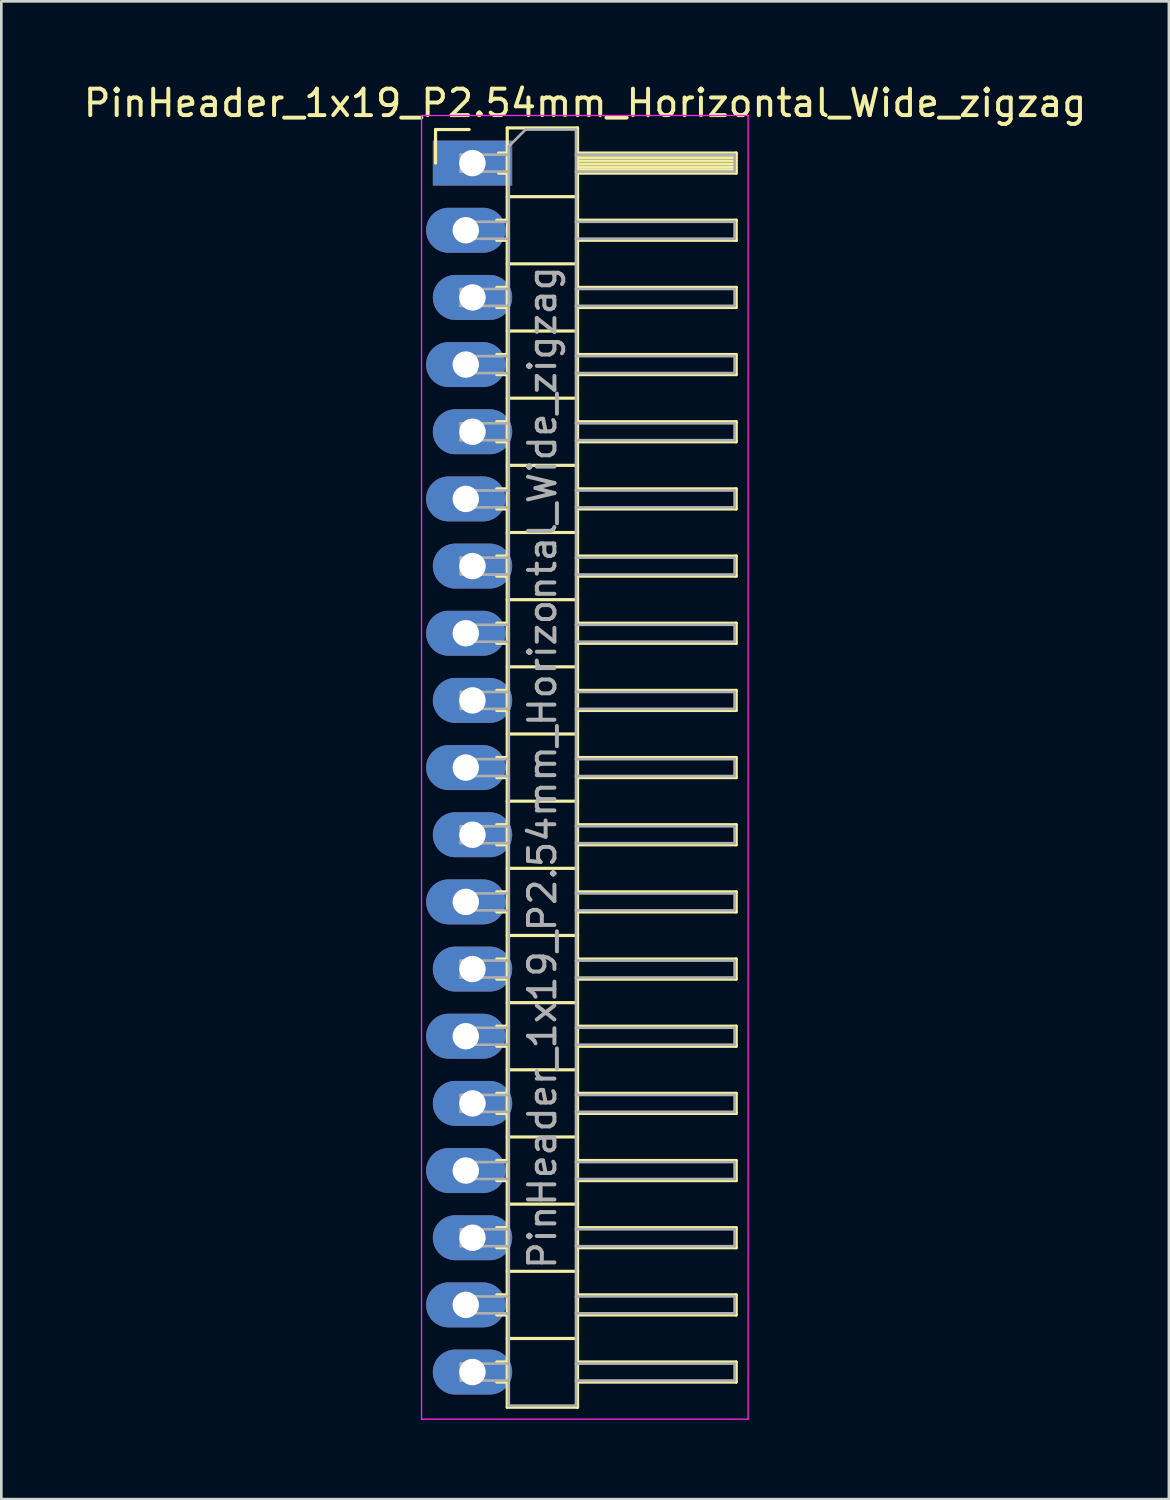
<source format=kicad_pcb>
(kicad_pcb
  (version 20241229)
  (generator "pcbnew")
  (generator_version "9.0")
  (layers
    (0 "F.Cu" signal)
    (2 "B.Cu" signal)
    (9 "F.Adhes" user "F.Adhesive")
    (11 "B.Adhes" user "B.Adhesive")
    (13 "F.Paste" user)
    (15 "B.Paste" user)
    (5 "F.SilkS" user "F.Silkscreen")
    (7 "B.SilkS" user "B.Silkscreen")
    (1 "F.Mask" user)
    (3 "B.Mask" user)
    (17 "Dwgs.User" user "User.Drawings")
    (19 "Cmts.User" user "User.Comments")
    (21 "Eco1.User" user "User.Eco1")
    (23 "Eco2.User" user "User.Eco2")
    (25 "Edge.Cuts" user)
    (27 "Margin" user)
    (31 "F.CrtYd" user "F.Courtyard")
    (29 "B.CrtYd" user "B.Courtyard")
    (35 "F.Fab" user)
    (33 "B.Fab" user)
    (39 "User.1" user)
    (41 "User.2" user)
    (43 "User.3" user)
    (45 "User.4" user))
  (footprint "PinHeader_1x19_P2.54mm_Horizontal_Wide_zigzag"
    (layer "F.Cu")
    (at 14.692 3.118)
    (property "Reference" "PinHeader_1x19_P2.54mm_Horizontal_Wide_zigzag" (at 4.385 -2.27 0) (layer "F.SilkS") (effects (font (size 1 1) (thickness 0.15))))
    (attr through_hole)
    (fp_line (start -1.27 -1.27) (end 0 -1.27) (stroke (width 0.12) (type solid)) (layer "F.SilkS"))
    (fp_line (start -1.27 0) (end -1.27 -1.27) (stroke (width 0.12) (type solid)) (layer "F.SilkS"))
    (fp_line (start 1.043 2.16) (end 1.44 2.16) (stroke (width 0.12) (type solid)) (layer "F.SilkS"))
    (fp_line (start 1.043 2.92) (end 1.44 2.92) (stroke (width 0.12) (type solid)) (layer "F.SilkS"))
    (fp_line (start 1.043 4.7) (end 1.44 4.7) (stroke (width 0.12) (type solid)) (layer "F.SilkS"))
    (fp_line (start 1.043 5.46) (end 1.44 5.46) (stroke (width 0.12) (type solid)) (layer "F.SilkS"))
    (fp_line (start 1.043 7.24) (end 1.44 7.24) (stroke (width 0.12) (type solid)) (layer "F.SilkS"))
    (fp_line (start 1.043 8) (end 1.44 8) (stroke (width 0.12) (type solid)) (layer "F.SilkS"))
    (fp_line (start 1.043 9.78) (end 1.44 9.78) (stroke (width 0.12) (type solid)) (layer "F.SilkS"))
    (fp_line (start 1.043 10.54) (end 1.44 10.54) (stroke (width 0.12) (type solid)) (layer "F.SilkS"))
    (fp_line (start 1.043 12.32) (end 1.44 12.32) (stroke (width 0.12) (type solid)) (layer "F.SilkS"))
    (fp_line (start 1.043 13.08) (end 1.44 13.08) (stroke (width 0.12) (type solid)) (layer "F.SilkS"))
    (fp_line (start 1.043 14.86) (end 1.44 14.86) (stroke (width 0.12) (type solid)) (layer "F.SilkS"))
    (fp_line (start 1.043 15.62) (end 1.44 15.62) (stroke (width 0.12) (type solid)) (layer "F.SilkS"))
    (fp_line (start 1.043 17.4) (end 1.44 17.4) (stroke (width 0.12) (type solid)) (layer "F.SilkS"))
    (fp_line (start 1.043 18.16) (end 1.44 18.16) (stroke (width 0.12) (type solid)) (layer "F.SilkS"))
    (fp_line (start 1.043 19.94) (end 1.44 19.94) (stroke (width 0.12) (type solid)) (layer "F.SilkS"))
    (fp_line (start 1.043 20.7) (end 1.44 20.7) (stroke (width 0.12) (type solid)) (layer "F.SilkS"))
    (fp_line (start 1.043 22.48) (end 1.44 22.48) (stroke (width 0.12) (type solid)) (layer "F.SilkS"))
    (fp_line (start 1.043 23.24) (end 1.44 23.24) (stroke (width 0.12) (type solid)) (layer "F.SilkS"))
    (fp_line (start 1.043 25.02) (end 1.44 25.02) (stroke (width 0.12) (type solid)) (layer "F.SilkS"))
    (fp_line (start 1.043 25.78) (end 1.44 25.78) (stroke (width 0.12) (type solid)) (layer "F.SilkS"))
    (fp_line (start 1.043 27.56) (end 1.44 27.56) (stroke (width 0.12) (type solid)) (layer "F.SilkS"))
    (fp_line (start 1.043 28.32) (end 1.44 28.32) (stroke (width 0.12) (type solid)) (layer "F.SilkS"))
    (fp_line (start 1.043 30.1) (end 1.44 30.1) (stroke (width 0.12) (type solid)) (layer "F.SilkS"))
    (fp_line (start 1.043 30.86) (end 1.44 30.86) (stroke (width 0.12) (type solid)) (layer "F.SilkS"))
    (fp_line (start 1.043 32.64) (end 1.44 32.64) (stroke (width 0.12) (type solid)) (layer "F.SilkS"))
    (fp_line (start 1.043 33.4) (end 1.44 33.4) (stroke (width 0.12) (type solid)) (layer "F.SilkS"))
    (fp_line (start 1.043 35.18) (end 1.44 35.18) (stroke (width 0.12) (type solid)) (layer "F.SilkS"))
    (fp_line (start 1.043 35.94) (end 1.44 35.94) (stroke (width 0.12) (type solid)) (layer "F.SilkS"))
    (fp_line (start 1.043 37.72) (end 1.44 37.72) (stroke (width 0.12) (type solid)) (layer "F.SilkS"))
    (fp_line (start 1.043 38.48) (end 1.44 38.48) (stroke (width 0.12) (type solid)) (layer "F.SilkS"))
    (fp_line (start 1.043 40.26) (end 1.44 40.26) (stroke (width 0.12) (type solid)) (layer "F.SilkS"))
    (fp_line (start 1.043 41.02) (end 1.44 41.02) (stroke (width 0.12) (type solid)) (layer "F.SilkS"))
    (fp_line (start 1.043 42.8) (end 1.44 42.8) (stroke (width 0.12) (type solid)) (layer "F.SilkS"))
    (fp_line (start 1.043 43.56) (end 1.44 43.56) (stroke (width 0.12) (type solid)) (layer "F.SilkS"))
    (fp_line (start 1.043 45.34) (end 1.44 45.34) (stroke (width 0.12) (type solid)) (layer "F.SilkS"))
    (fp_line (start 1.043 46.1) (end 1.44 46.1) (stroke (width 0.12) (type solid)) (layer "F.SilkS"))
    (fp_line (start 1.11 -0.38) (end 1.44 -0.38) (stroke (width 0.12) (type solid)) (layer "F.SilkS"))
    (fp_line (start 1.11 0.38) (end 1.44 0.38) (stroke (width 0.12) (type solid)) (layer "F.SilkS"))
    (fp_line (start 1.44 -1.33) (end 1.44 47.05) (stroke (width 0.12) (type solid)) (layer "F.SilkS"))
    (fp_line (start 1.44 1.27) (end 4.1 1.27) (stroke (width 0.12) (type solid)) (layer "F.SilkS"))
    (fp_line (start 1.44 3.81) (end 4.1 3.81) (stroke (width 0.12) (type solid)) (layer "F.SilkS"))
    (fp_line (start 1.44 6.35) (end 4.1 6.35) (stroke (width 0.12) (type solid)) (layer "F.SilkS"))
    (fp_line (start 1.44 8.89) (end 4.1 8.89) (stroke (width 0.12) (type solid)) (layer "F.SilkS"))
    (fp_line (start 1.44 11.43) (end 4.1 11.43) (stroke (width 0.12) (type solid)) (layer "F.SilkS"))
    (fp_line (start 1.44 13.97) (end 4.1 13.97) (stroke (width 0.12) (type solid)) (layer "F.SilkS"))
    (fp_line (start 1.44 16.51) (end 4.1 16.51) (stroke (width 0.12) (type solid)) (layer "F.SilkS"))
    (fp_line (start 1.44 19.05) (end 4.1 19.05) (stroke (width 0.12) (type solid)) (layer "F.SilkS"))
    (fp_line (start 1.44 21.59) (end 4.1 21.59) (stroke (width 0.12) (type solid)) (layer "F.SilkS"))
    (fp_line (start 1.44 24.13) (end 4.1 24.13) (stroke (width 0.12) (type solid)) (layer "F.SilkS"))
    (fp_line (start 1.44 26.67) (end 4.1 26.67) (stroke (width 0.12) (type solid)) (layer "F.SilkS"))
    (fp_line (start 1.44 29.21) (end 4.1 29.21) (stroke (width 0.12) (type solid)) (layer "F.SilkS"))
    (fp_line (start 1.44 31.75) (end 4.1 31.75) (stroke (width 0.12) (type solid)) (layer "F.SilkS"))
    (fp_line (start 1.44 34.29) (end 4.1 34.29) (stroke (width 0.12) (type solid)) (layer "F.SilkS"))
    (fp_line (start 1.44 36.83) (end 4.1 36.83) (stroke (width 0.12) (type solid)) (layer "F.SilkS"))
    (fp_line (start 1.44 39.37) (end 4.1 39.37) (stroke (width 0.12) (type solid)) (layer "F.SilkS"))
    (fp_line (start 1.44 41.91) (end 4.1 41.91) (stroke (width 0.12) (type solid)) (layer "F.SilkS"))
    (fp_line (start 1.44 44.45) (end 4.1 44.45) (stroke (width 0.12) (type solid)) (layer "F.SilkS"))
    (fp_line (start 1.44 47.05) (end 4.1 47.05) (stroke (width 0.12) (type solid)) (layer "F.SilkS"))
    (fp_line (start 4.1 -1.33) (end 1.44 -1.33) (stroke (width 0.12) (type solid)) (layer "F.SilkS"))
    (fp_line (start 4.1 -0.38) (end 10.1 -0.38) (stroke (width 0.12) (type solid)) (layer "F.SilkS"))
    (fp_line (start 4.1 -0.32) (end 10.1 -0.32) (stroke (width 0.12) (type solid)) (layer "F.SilkS"))
    (fp_line (start 4.1 -0.2) (end 10.1 -0.2) (stroke (width 0.12) (type solid)) (layer "F.SilkS"))
    (fp_line (start 4.1 -0.08) (end 10.1 -0.08) (stroke (width 0.12) (type solid)) (layer "F.SilkS"))
    (fp_line (start 4.1 0.04) (end 10.1 0.04) (stroke (width 0.12) (type solid)) (layer "F.SilkS"))
    (fp_line (start 4.1 0.16) (end 10.1 0.16) (stroke (width 0.12) (type solid)) (layer "F.SilkS"))
    (fp_line (start 4.1 0.28) (end 10.1 0.28) (stroke (width 0.12) (type solid)) (layer "F.SilkS"))
    (fp_line (start 4.1 2.16) (end 10.1 2.16) (stroke (width 0.12) (type solid)) (layer "F.SilkS"))
    (fp_line (start 4.1 4.7) (end 10.1 4.7) (stroke (width 0.12) (type solid)) (layer "F.SilkS"))
    (fp_line (start 4.1 7.24) (end 10.1 7.24) (stroke (width 0.12) (type solid)) (layer "F.SilkS"))
    (fp_line (start 4.1 9.78) (end 10.1 9.78) (stroke (width 0.12) (type solid)) (layer "F.SilkS"))
    (fp_line (start 4.1 12.32) (end 10.1 12.32) (stroke (width 0.12) (type solid)) (layer "F.SilkS"))
    (fp_line (start 4.1 14.86) (end 10.1 14.86) (stroke (width 0.12) (type solid)) (layer "F.SilkS"))
    (fp_line (start 4.1 17.4) (end 10.1 17.4) (stroke (width 0.12) (type solid)) (layer "F.SilkS"))
    (fp_line (start 4.1 19.94) (end 10.1 19.94) (stroke (width 0.12) (type solid)) (layer "F.SilkS"))
    (fp_line (start 4.1 22.48) (end 10.1 22.48) (stroke (width 0.12) (type solid)) (layer "F.SilkS"))
    (fp_line (start 4.1 25.02) (end 10.1 25.02) (stroke (width 0.12) (type solid)) (layer "F.SilkS"))
    (fp_line (start 4.1 27.56) (end 10.1 27.56) (stroke (width 0.12) (type solid)) (layer "F.SilkS"))
    (fp_line (start 4.1 30.1) (end 10.1 30.1) (stroke (width 0.12) (type solid)) (layer "F.SilkS"))
    (fp_line (start 4.1 32.64) (end 10.1 32.64) (stroke (width 0.12) (type solid)) (layer "F.SilkS"))
    (fp_line (start 4.1 35.18) (end 10.1 35.18) (stroke (width 0.12) (type solid)) (layer "F.SilkS"))
    (fp_line (start 4.1 37.72) (end 10.1 37.72) (stroke (width 0.12) (type solid)) (layer "F.SilkS"))
    (fp_line (start 4.1 40.26) (end 10.1 40.26) (stroke (width 0.12) (type solid)) (layer "F.SilkS"))
    (fp_line (start 4.1 42.8) (end 10.1 42.8) (stroke (width 0.12) (type solid)) (layer "F.SilkS"))
    (fp_line (start 4.1 45.34) (end 10.1 45.34) (stroke (width 0.12) (type solid)) (layer "F.SilkS"))
    (fp_line (start 4.1 47.05) (end 4.1 -1.33) (stroke (width 0.12) (type solid)) (layer "F.SilkS"))
    (fp_line (start 10.1 -0.38) (end 10.1 0.38) (stroke (width 0.12) (type solid)) (layer "F.SilkS"))
    (fp_line (start 10.1 0.38) (end 4.1 0.38) (stroke (width 0.12) (type solid)) (layer "F.SilkS"))
    (fp_line (start 10.1 2.16) (end 10.1 2.92) (stroke (width 0.12) (type solid)) (layer "F.SilkS"))
    (fp_line (start 10.1 2.92) (end 4.1 2.92) (stroke (width 0.12) (type solid)) (layer "F.SilkS"))
    (fp_line (start 10.1 4.7) (end 10.1 5.46) (stroke (width 0.12) (type solid)) (layer "F.SilkS"))
    (fp_line (start 10.1 5.46) (end 4.1 5.46) (stroke (width 0.12) (type solid)) (layer "F.SilkS"))
    (fp_line (start 10.1 7.24) (end 10.1 8) (stroke (width 0.12) (type solid)) (layer "F.SilkS"))
    (fp_line (start 10.1 8) (end 4.1 8) (stroke (width 0.12) (type solid)) (layer "F.SilkS"))
    (fp_line (start 10.1 9.78) (end 10.1 10.54) (stroke (width 0.12) (type solid)) (layer "F.SilkS"))
    (fp_line (start 10.1 10.54) (end 4.1 10.54) (stroke (width 0.12) (type solid)) (layer "F.SilkS"))
    (fp_line (start 10.1 12.32) (end 10.1 13.08) (stroke (width 0.12) (type solid)) (layer "F.SilkS"))
    (fp_line (start 10.1 13.08) (end 4.1 13.08) (stroke (width 0.12) (type solid)) (layer "F.SilkS"))
    (fp_line (start 10.1 14.86) (end 10.1 15.62) (stroke (width 0.12) (type solid)) (layer "F.SilkS"))
    (fp_line (start 10.1 15.62) (end 4.1 15.62) (stroke (width 0.12) (type solid)) (layer "F.SilkS"))
    (fp_line (start 10.1 17.4) (end 10.1 18.16) (stroke (width 0.12) (type solid)) (layer "F.SilkS"))
    (fp_line (start 10.1 18.16) (end 4.1 18.16) (stroke (width 0.12) (type solid)) (layer "F.SilkS"))
    (fp_line (start 10.1 19.94) (end 10.1 20.7) (stroke (width 0.12) (type solid)) (layer "F.SilkS"))
    (fp_line (start 10.1 20.7) (end 4.1 20.7) (stroke (width 0.12) (type solid)) (layer "F.SilkS"))
    (fp_line (start 10.1 22.48) (end 10.1 23.24) (stroke (width 0.12) (type solid)) (layer "F.SilkS"))
    (fp_line (start 10.1 23.24) (end 4.1 23.24) (stroke (width 0.12) (type solid)) (layer "F.SilkS"))
    (fp_line (start 10.1 25.02) (end 10.1 25.78) (stroke (width 0.12) (type solid)) (layer "F.SilkS"))
    (fp_line (start 10.1 25.78) (end 4.1 25.78) (stroke (width 0.12) (type solid)) (layer "F.SilkS"))
    (fp_line (start 10.1 27.56) (end 10.1 28.32) (stroke (width 0.12) (type solid)) (layer "F.SilkS"))
    (fp_line (start 10.1 28.32) (end 4.1 28.32) (stroke (width 0.12) (type solid)) (layer "F.SilkS"))
    (fp_line (start 10.1 30.1) (end 10.1 30.86) (stroke (width 0.12) (type solid)) (layer "F.SilkS"))
    (fp_line (start 10.1 30.86) (end 4.1 30.86) (stroke (width 0.12) (type solid)) (layer "F.SilkS"))
    (fp_line (start 10.1 32.64) (end 10.1 33.4) (stroke (width 0.12) (type solid)) (layer "F.SilkS"))
    (fp_line (start 10.1 33.4) (end 4.1 33.4) (stroke (width 0.12) (type solid)) (layer "F.SilkS"))
    (fp_line (start 10.1 35.18) (end 10.1 35.94) (stroke (width 0.12) (type solid)) (layer "F.SilkS"))
    (fp_line (start 10.1 35.94) (end 4.1 35.94) (stroke (width 0.12) (type solid)) (layer "F.SilkS"))
    (fp_line (start 10.1 37.72) (end 10.1 38.48) (stroke (width 0.12) (type solid)) (layer "F.SilkS"))
    (fp_line (start 10.1 38.48) (end 4.1 38.48) (stroke (width 0.12) (type solid)) (layer "F.SilkS"))
    (fp_line (start 10.1 40.26) (end 10.1 41.02) (stroke (width 0.12) (type solid)) (layer "F.SilkS"))
    (fp_line (start 10.1 41.02) (end 4.1 41.02) (stroke (width 0.12) (type solid)) (layer "F.SilkS"))
    (fp_line (start 10.1 42.8) (end 10.1 43.56) (stroke (width 0.12) (type solid)) (layer "F.SilkS"))
    (fp_line (start 10.1 43.56) (end 4.1 43.56) (stroke (width 0.12) (type solid)) (layer "F.SilkS"))
    (fp_line (start 10.1 45.34) (end 10.1 46.1) (stroke (width 0.12) (type solid)) (layer "F.SilkS"))
    (fp_line (start 10.1 46.1) (end 4.1 46.1) (stroke (width 0.12) (type solid)) (layer "F.SilkS"))
    (fp_line (start -1.8 -1.8) (end -1.8 47.5) (stroke (width 0.05) (type solid)) (layer "F.CrtYd"))
    (fp_line (start -1.8 47.5) (end 10.55 47.5) (stroke (width 0.05) (type solid)) (layer "F.CrtYd"))
    (fp_line (start 10.55 -1.8) (end -1.8 -1.8) (stroke (width 0.05) (type solid)) (layer "F.CrtYd"))
    (fp_line (start 10.55 47.5) (end 10.55 -1.8) (stroke (width 0.05) (type solid)) (layer "F.CrtYd"))
    (fp_line (start -0.32 -0.32) (end -0.32 0.32) (stroke (width 0.1) (type solid)) (layer "F.Fab"))
    (fp_line (start -0.32 -0.32) (end 1.5 -0.32) (stroke (width 0.1) (type solid)) (layer "F.Fab"))
    (fp_line (start -0.32 0.32) (end 1.5 0.32) (stroke (width 0.1) (type solid)) (layer "F.Fab"))
    (fp_line (start -0.32 2.22) (end -0.32 2.86) (stroke (width 0.1) (type solid)) (layer "F.Fab"))
    (fp_line (start -0.32 2.22) (end 1.5 2.22) (stroke (width 0.1) (type solid)) (layer "F.Fab"))
    (fp_line (start -0.32 2.86) (end 1.5 2.86) (stroke (width 0.1) (type solid)) (layer "F.Fab"))
    (fp_line (start -0.32 4.76) (end -0.32 5.4) (stroke (width 0.1) (type solid)) (layer "F.Fab"))
    (fp_line (start -0.32 4.76) (end 1.5 4.76) (stroke (width 0.1) (type solid)) (layer "F.Fab"))
    (fp_line (start -0.32 5.4) (end 1.5 5.4) (stroke (width 0.1) (type solid)) (layer "F.Fab"))
    (fp_line (start -0.32 7.3) (end -0.32 7.94) (stroke (width 0.1) (type solid)) (layer "F.Fab"))
    (fp_line (start -0.32 7.3) (end 1.5 7.3) (stroke (width 0.1) (type solid)) (layer "F.Fab"))
    (fp_line (start -0.32 7.94) (end 1.5 7.94) (stroke (width 0.1) (type solid)) (layer "F.Fab"))
    (fp_line (start -0.32 9.84) (end -0.32 10.48) (stroke (width 0.1) (type solid)) (layer "F.Fab"))
    (fp_line (start -0.32 9.84) (end 1.5 9.84) (stroke (width 0.1) (type solid)) (layer "F.Fab"))
    (fp_line (start -0.32 10.48) (end 1.5 10.48) (stroke (width 0.1) (type solid)) (layer "F.Fab"))
    (fp_line (start -0.32 12.38) (end -0.32 13.02) (stroke (width 0.1) (type solid)) (layer "F.Fab"))
    (fp_line (start -0.32 12.38) (end 1.5 12.38) (stroke (width 0.1) (type solid)) (layer "F.Fab"))
    (fp_line (start -0.32 13.02) (end 1.5 13.02) (stroke (width 0.1) (type solid)) (layer "F.Fab"))
    (fp_line (start -0.32 14.92) (end -0.32 15.56) (stroke (width 0.1) (type solid)) (layer "F.Fab"))
    (fp_line (start -0.32 14.92) (end 1.5 14.92) (stroke (width 0.1) (type solid)) (layer "F.Fab"))
    (fp_line (start -0.32 15.56) (end 1.5 15.56) (stroke (width 0.1) (type solid)) (layer "F.Fab"))
    (fp_line (start -0.32 17.46) (end -0.32 18.1) (stroke (width 0.1) (type solid)) (layer "F.Fab"))
    (fp_line (start -0.32 17.46) (end 1.5 17.46) (stroke (width 0.1) (type solid)) (layer "F.Fab"))
    (fp_line (start -0.32 18.1) (end 1.5 18.1) (stroke (width 0.1) (type solid)) (layer "F.Fab"))
    (fp_line (start -0.32 20) (end -0.32 20.64) (stroke (width 0.1) (type solid)) (layer "F.Fab"))
    (fp_line (start -0.32 20) (end 1.5 20) (stroke (width 0.1) (type solid)) (layer "F.Fab"))
    (fp_line (start -0.32 20.64) (end 1.5 20.64) (stroke (width 0.1) (type solid)) (layer "F.Fab"))
    (fp_line (start -0.32 22.54) (end -0.32 23.18) (stroke (width 0.1) (type solid)) (layer "F.Fab"))
    (fp_line (start -0.32 22.54) (end 1.5 22.54) (stroke (width 0.1) (type solid)) (layer "F.Fab"))
    (fp_line (start -0.32 23.18) (end 1.5 23.18) (stroke (width 0.1) (type solid)) (layer "F.Fab"))
    (fp_line (start -0.32 25.08) (end -0.32 25.72) (stroke (width 0.1) (type solid)) (layer "F.Fab"))
    (fp_line (start -0.32 25.08) (end 1.5 25.08) (stroke (width 0.1) (type solid)) (layer "F.Fab"))
    (fp_line (start -0.32 25.72) (end 1.5 25.72) (stroke (width 0.1) (type solid)) (layer "F.Fab"))
    (fp_line (start -0.32 27.62) (end -0.32 28.26) (stroke (width 0.1) (type solid)) (layer "F.Fab"))
    (fp_line (start -0.32 27.62) (end 1.5 27.62) (stroke (width 0.1) (type solid)) (layer "F.Fab"))
    (fp_line (start -0.32 28.26) (end 1.5 28.26) (stroke (width 0.1) (type solid)) (layer "F.Fab"))
    (fp_line (start -0.32 30.16) (end -0.32 30.8) (stroke (width 0.1) (type solid)) (layer "F.Fab"))
    (fp_line (start -0.32 30.16) (end 1.5 30.16) (stroke (width 0.1) (type solid)) (layer "F.Fab"))
    (fp_line (start -0.32 30.8) (end 1.5 30.8) (stroke (width 0.1) (type solid)) (layer "F.Fab"))
    (fp_line (start -0.32 32.7) (end -0.32 33.34) (stroke (width 0.1) (type solid)) (layer "F.Fab"))
    (fp_line (start -0.32 32.7) (end 1.5 32.7) (stroke (width 0.1) (type solid)) (layer "F.Fab"))
    (fp_line (start -0.32 33.34) (end 1.5 33.34) (stroke (width 0.1) (type solid)) (layer "F.Fab"))
    (fp_line (start -0.32 35.24) (end -0.32 35.88) (stroke (width 0.1) (type solid)) (layer "F.Fab"))
    (fp_line (start -0.32 35.24) (end 1.5 35.24) (stroke (width 0.1) (type solid)) (layer "F.Fab"))
    (fp_line (start -0.32 35.88) (end 1.5 35.88) (stroke (width 0.1) (type solid)) (layer "F.Fab"))
    (fp_line (start -0.32 37.78) (end -0.32 38.42) (stroke (width 0.1) (type solid)) (layer "F.Fab"))
    (fp_line (start -0.32 37.78) (end 1.5 37.78) (stroke (width 0.1) (type solid)) (layer "F.Fab"))
    (fp_line (start -0.32 38.42) (end 1.5 38.42) (stroke (width 0.1) (type solid)) (layer "F.Fab"))
    (fp_line (start -0.32 40.32) (end -0.32 40.96) (stroke (width 0.1) (type solid)) (layer "F.Fab"))
    (fp_line (start -0.32 40.32) (end 1.5 40.32) (stroke (width 0.1) (type solid)) (layer "F.Fab"))
    (fp_line (start -0.32 40.96) (end 1.5 40.96) (stroke (width 0.1) (type solid)) (layer "F.Fab"))
    (fp_line (start -0.32 42.86) (end -0.32 43.5) (stroke (width 0.1) (type solid)) (layer "F.Fab"))
    (fp_line (start -0.32 42.86) (end 1.5 42.86) (stroke (width 0.1) (type solid)) (layer "F.Fab"))
    (fp_line (start -0.32 43.5) (end 1.5 43.5) (stroke (width 0.1) (type solid)) (layer "F.Fab"))
    (fp_line (start -0.32 45.4) (end -0.32 46.04) (stroke (width 0.1) (type solid)) (layer "F.Fab"))
    (fp_line (start -0.32 45.4) (end 1.5 45.4) (stroke (width 0.1) (type solid)) (layer "F.Fab"))
    (fp_line (start -0.32 46.04) (end 1.5 46.04) (stroke (width 0.1) (type solid)) (layer "F.Fab"))
    (fp_line (start 1.5 -0.635) (end 2.135 -1.27) (stroke (width 0.1) (type solid)) (layer "F.Fab"))
    (fp_line (start 1.5 46.99) (end 1.5 -0.635) (stroke (width 0.1) (type solid)) (layer "F.Fab"))
    (fp_line (start 2.135 -1.27) (end 4.04 -1.27) (stroke (width 0.1) (type solid)) (layer "F.Fab"))
    (fp_line (start 4.04 -1.27) (end 4.04 46.99) (stroke (width 0.1) (type solid)) (layer "F.Fab"))
    (fp_line (start 4.04 -0.32) (end 10.04 -0.32) (stroke (width 0.1) (type solid)) (layer "F.Fab"))
    (fp_line (start 4.04 0.32) (end 10.04 0.32) (stroke (width 0.1) (type solid)) (layer "F.Fab"))
    (fp_line (start 4.04 2.22) (end 10.04 2.22) (stroke (width 0.1) (type solid)) (layer "F.Fab"))
    (fp_line (start 4.04 2.86) (end 10.04 2.86) (stroke (width 0.1) (type solid)) (layer "F.Fab"))
    (fp_line (start 4.04 4.76) (end 10.04 4.76) (stroke (width 0.1) (type solid)) (layer "F.Fab"))
    (fp_line (start 4.04 5.4) (end 10.04 5.4) (stroke (width 0.1) (type solid)) (layer "F.Fab"))
    (fp_line (start 4.04 7.3) (end 10.04 7.3) (stroke (width 0.1) (type solid)) (layer "F.Fab"))
    (fp_line (start 4.04 7.94) (end 10.04 7.94) (stroke (width 0.1) (type solid)) (layer "F.Fab"))
    (fp_line (start 4.04 9.84) (end 10.04 9.84) (stroke (width 0.1) (type solid)) (layer "F.Fab"))
    (fp_line (start 4.04 10.48) (end 10.04 10.48) (stroke (width 0.1) (type solid)) (layer "F.Fab"))
    (fp_line (start 4.04 12.38) (end 10.04 12.38) (stroke (width 0.1) (type solid)) (layer "F.Fab"))
    (fp_line (start 4.04 13.02) (end 10.04 13.02) (stroke (width 0.1) (type solid)) (layer "F.Fab"))
    (fp_line (start 4.04 14.92) (end 10.04 14.92) (stroke (width 0.1) (type solid)) (layer "F.Fab"))
    (fp_line (start 4.04 15.56) (end 10.04 15.56) (stroke (width 0.1) (type solid)) (layer "F.Fab"))
    (fp_line (start 4.04 17.46) (end 10.04 17.46) (stroke (width 0.1) (type solid)) (layer "F.Fab"))
    (fp_line (start 4.04 18.1) (end 10.04 18.1) (stroke (width 0.1) (type solid)) (layer "F.Fab"))
    (fp_line (start 4.04 20) (end 10.04 20) (stroke (width 0.1) (type solid)) (layer "F.Fab"))
    (fp_line (start 4.04 20.64) (end 10.04 20.64) (stroke (width 0.1) (type solid)) (layer "F.Fab"))
    (fp_line (start 4.04 22.54) (end 10.04 22.54) (stroke (width 0.1) (type solid)) (layer "F.Fab"))
    (fp_line (start 4.04 23.18) (end 10.04 23.18) (stroke (width 0.1) (type solid)) (layer "F.Fab"))
    (fp_line (start 4.04 25.08) (end 10.04 25.08) (stroke (width 0.1) (type solid)) (layer "F.Fab"))
    (fp_line (start 4.04 25.72) (end 10.04 25.72) (stroke (width 0.1) (type solid)) (layer "F.Fab"))
    (fp_line (start 4.04 27.62) (end 10.04 27.62) (stroke (width 0.1) (type solid)) (layer "F.Fab"))
    (fp_line (start 4.04 28.26) (end 10.04 28.26) (stroke (width 0.1) (type solid)) (layer "F.Fab"))
    (fp_line (start 4.04 30.16) (end 10.04 30.16) (stroke (width 0.1) (type solid)) (layer "F.Fab"))
    (fp_line (start 4.04 30.8) (end 10.04 30.8) (stroke (width 0.1) (type solid)) (layer "F.Fab"))
    (fp_line (start 4.04 32.7) (end 10.04 32.7) (stroke (width 0.1) (type solid)) (layer "F.Fab"))
    (fp_line (start 4.04 33.34) (end 10.04 33.34) (stroke (width 0.1) (type solid)) (layer "F.Fab"))
    (fp_line (start 4.04 35.24) (end 10.04 35.24) (stroke (width 0.1) (type solid)) (layer "F.Fab"))
    (fp_line (start 4.04 35.88) (end 10.04 35.88) (stroke (width 0.1) (type solid)) (layer "F.Fab"))
    (fp_line (start 4.04 37.78) (end 10.04 37.78) (stroke (width 0.1) (type solid)) (layer "F.Fab"))
    (fp_line (start 4.04 38.42) (end 10.04 38.42) (stroke (width 0.1) (type solid)) (layer "F.Fab"))
    (fp_line (start 4.04 40.32) (end 10.04 40.32) (stroke (width 0.1) (type solid)) (layer "F.Fab"))
    (fp_line (start 4.04 40.96) (end 10.04 40.96) (stroke (width 0.1) (type solid)) (layer "F.Fab"))
    (fp_line (start 4.04 42.86) (end 10.04 42.86) (stroke (width 0.1) (type solid)) (layer "F.Fab"))
    (fp_line (start 4.04 43.5) (end 10.04 43.5) (stroke (width 0.1) (type solid)) (layer "F.Fab"))
    (fp_line (start 4.04 45.4) (end 10.04 45.4) (stroke (width 0.1) (type solid)) (layer "F.Fab"))
    (fp_line (start 4.04 46.04) (end 10.04 46.04) (stroke (width 0.1) (type solid)) (layer "F.Fab"))
    (fp_line (start 4.04 46.99) (end 1.5 46.99) (stroke (width 0.1) (type solid)) (layer "F.Fab"))
    (fp_line (start 10.04 -0.32) (end 10.04 0.32) (stroke (width 0.1) (type solid)) (layer "F.Fab"))
    (fp_line (start 10.04 2.22) (end 10.04 2.86) (stroke (width 0.1) (type solid)) (layer "F.Fab"))
    (fp_line (start 10.04 4.76) (end 10.04 5.4) (stroke (width 0.1) (type solid)) (layer "F.Fab"))
    (fp_line (start 10.04 7.3) (end 10.04 7.94) (stroke (width 0.1) (type solid)) (layer "F.Fab"))
    (fp_line (start 10.04 9.84) (end 10.04 10.48) (stroke (width 0.1) (type solid)) (layer "F.Fab"))
    (fp_line (start 10.04 12.38) (end 10.04 13.02) (stroke (width 0.1) (type solid)) (layer "F.Fab"))
    (fp_line (start 10.04 14.92) (end 10.04 15.56) (stroke (width 0.1) (type solid)) (layer "F.Fab"))
    (fp_line (start 10.04 17.46) (end 10.04 18.1) (stroke (width 0.1) (type solid)) (layer "F.Fab"))
    (fp_line (start 10.04 20) (end 10.04 20.64) (stroke (width 0.1) (type solid)) (layer "F.Fab"))
    (fp_line (start 10.04 22.54) (end 10.04 23.18) (stroke (width 0.1) (type solid)) (layer "F.Fab"))
    (fp_line (start 10.04 25.08) (end 10.04 25.72) (stroke (width 0.1) (type solid)) (layer "F.Fab"))
    (fp_line (start 10.04 27.62) (end 10.04 28.26) (stroke (width 0.1) (type solid)) (layer "F.Fab"))
    (fp_line (start 10.04 30.16) (end 10.04 30.8) (stroke (width 0.1) (type solid)) (layer "F.Fab"))
    (fp_line (start 10.04 32.7) (end 10.04 33.34) (stroke (width 0.1) (type solid)) (layer "F.Fab"))
    (fp_line (start 10.04 35.24) (end 10.04 35.88) (stroke (width 0.1) (type solid)) (layer "F.Fab"))
    (fp_line (start 10.04 37.78) (end 10.04 38.42) (stroke (width 0.1) (type solid)) (layer "F.Fab"))
    (fp_line (start 10.04 40.32) (end 10.04 40.96) (stroke (width 0.1) (type solid)) (layer "F.Fab"))
    (fp_line (start 10.04 42.86) (end 10.04 43.5) (stroke (width 0.1) (type solid)) (layer "F.Fab"))
    (fp_line (start 10.04 45.4) (end 10.04 46.04) (stroke (width 0.1) (type solid)) (layer "F.Fab"))
    (fp_text user "${REFERENCE}" (at 2.77 22.86 90) (layer "F.Fab") (effects (font (size 1 1) (thickness 0.15))))
    (pad "1" thru_hole rect (at 0.127 0) (size 3 1.7) (drill 1) (layers "*.Cu" "*.Mask"))
    (pad "2" thru_hole oval (at -0.127 2.54) (size 3 1.7) (drill 1) (layers "*.Cu" "*.Mask"))
    (pad "3" thru_hole oval (at 0.127 5.08) (size 3 1.7) (drill 1) (layers "*.Cu" "*.Mask"))
    (pad "4" thru_hole oval (at -0.127 7.62) (size 3 1.7) (drill 1) (layers "*.Cu" "*.Mask"))
    (pad "5" thru_hole oval (at 0.127 10.16) (size 3 1.7) (drill 1) (layers "*.Cu" "*.Mask"))
    (pad "6" thru_hole oval (at -0.127 12.7) (size 3 1.7) (drill 1) (layers "*.Cu" "*.Mask"))
    (pad "7" thru_hole oval (at 0.127 15.24) (size 3 1.7) (drill 1) (layers "*.Cu" "*.Mask"))
    (pad "8" thru_hole oval (at -0.127 17.78) (size 3 1.7) (drill 1) (layers "*.Cu" "*.Mask"))
    (pad "9" thru_hole oval (at 0.127 20.32) (size 3 1.7) (drill 1) (layers "*.Cu" "*.Mask"))
    (pad "10" thru_hole oval (at -0.127 22.86) (size 3 1.7) (drill 1) (layers "*.Cu" "*.Mask"))
    (pad "11" thru_hole oval (at 0.127 25.4) (size 3 1.7) (drill 1) (layers "*.Cu" "*.Mask"))
    (pad "12" thru_hole oval (at -0.127 27.94) (size 3 1.7) (drill 1) (layers "*.Cu" "*.Mask"))
    (pad "13" thru_hole oval (at 0.127 30.48) (size 3 1.7) (drill 1) (layers "*.Cu" "*.Mask"))
    (pad "14" thru_hole oval (at -0.127 33.02) (size 3 1.7) (drill 1) (layers "*.Cu" "*.Mask"))
    (pad "15" thru_hole oval (at 0.127 35.56) (size 3 1.7) (drill 1) (layers "*.Cu" "*.Mask"))
    (pad "16" thru_hole oval (at -0.127 38.1) (size 3 1.7) (drill 1) (layers "*.Cu" "*.Mask"))
    (pad "17" thru_hole oval (at 0.127 40.64) (size 3 1.7) (drill 1) (layers "*.Cu" "*.Mask"))
    (pad "18" thru_hole oval (at -0.127 43.18) (size 3 1.7) (drill 1) (layers "*.Cu" "*.Mask"))
    (pad "19" thru_hole oval (at 0.127 45.72) (size 3 1.7) (drill 1) (layers "*.Cu" "*.Mask")))
  (gr_rect
    (start -3 -3)
    (end 41.155 53.643)
    (stroke (width 0.1) (type default))
    (fill no)
    (layer "Edge.Cuts")))
</source>
